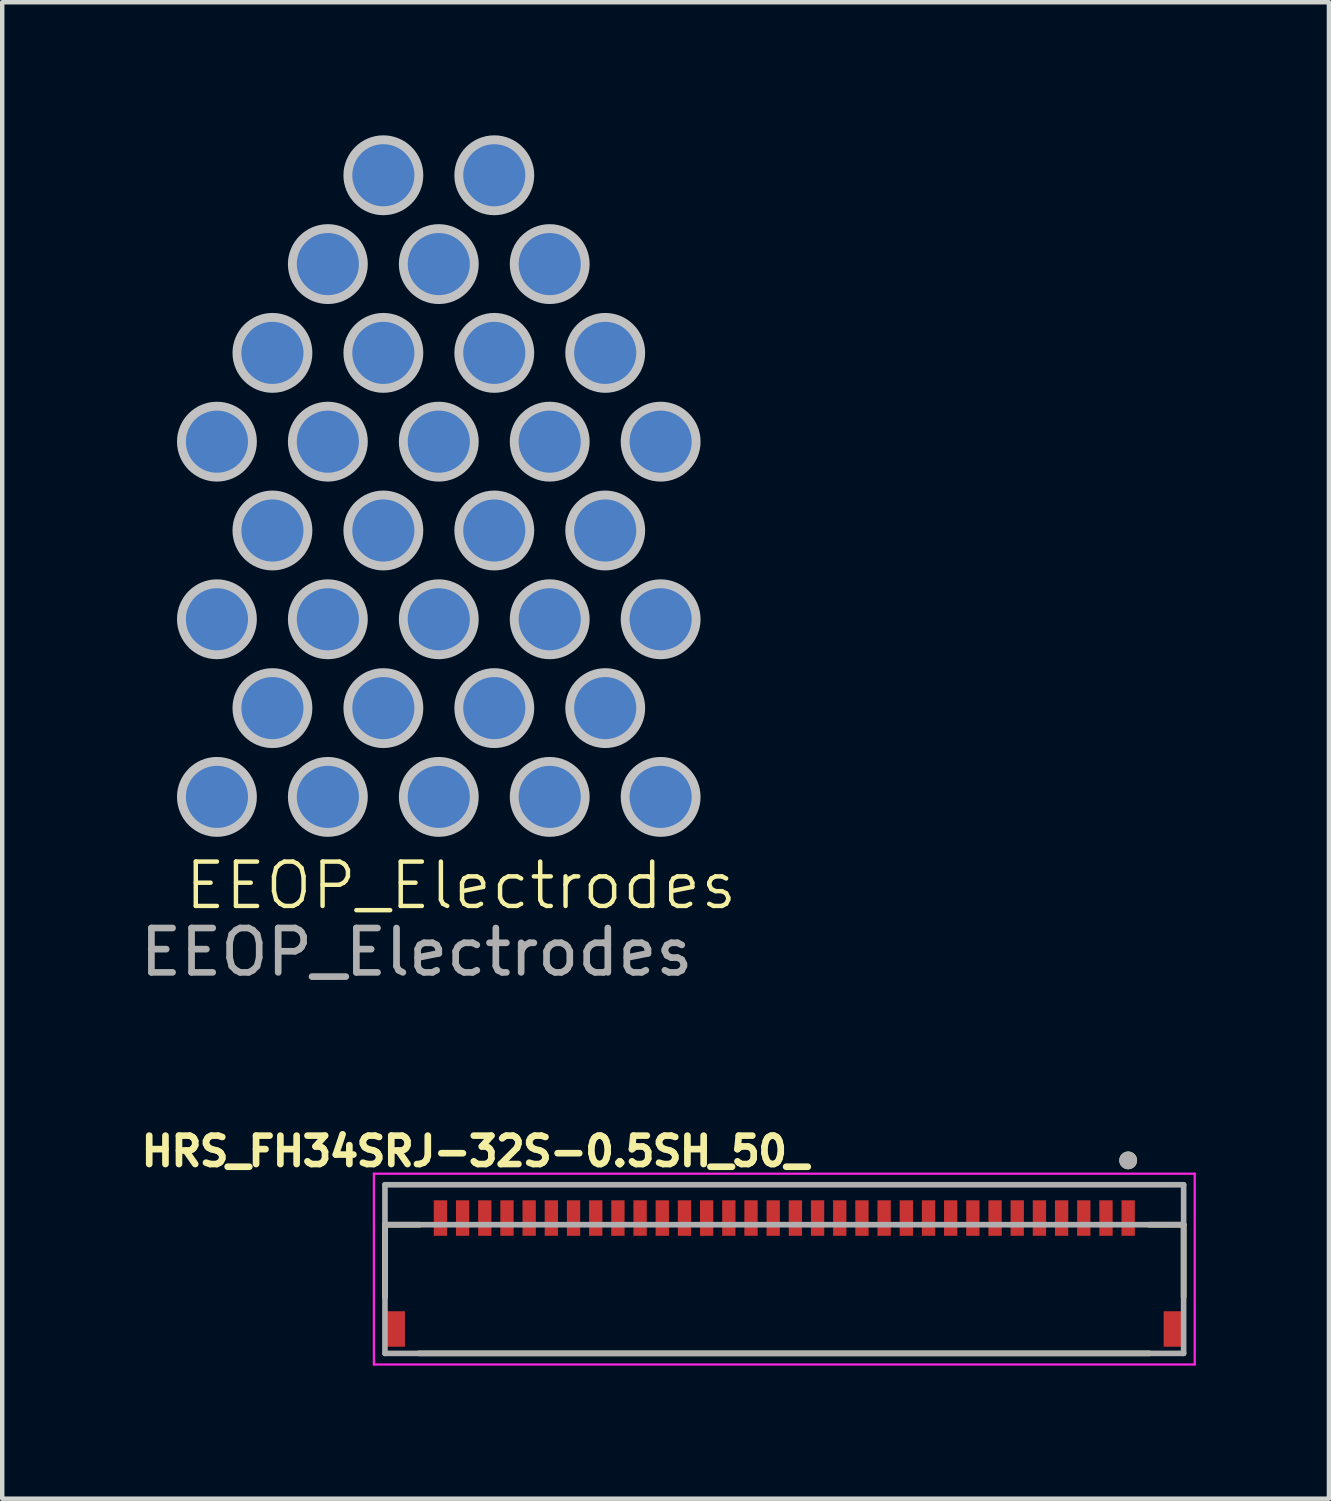
<source format=kicad_pcb>
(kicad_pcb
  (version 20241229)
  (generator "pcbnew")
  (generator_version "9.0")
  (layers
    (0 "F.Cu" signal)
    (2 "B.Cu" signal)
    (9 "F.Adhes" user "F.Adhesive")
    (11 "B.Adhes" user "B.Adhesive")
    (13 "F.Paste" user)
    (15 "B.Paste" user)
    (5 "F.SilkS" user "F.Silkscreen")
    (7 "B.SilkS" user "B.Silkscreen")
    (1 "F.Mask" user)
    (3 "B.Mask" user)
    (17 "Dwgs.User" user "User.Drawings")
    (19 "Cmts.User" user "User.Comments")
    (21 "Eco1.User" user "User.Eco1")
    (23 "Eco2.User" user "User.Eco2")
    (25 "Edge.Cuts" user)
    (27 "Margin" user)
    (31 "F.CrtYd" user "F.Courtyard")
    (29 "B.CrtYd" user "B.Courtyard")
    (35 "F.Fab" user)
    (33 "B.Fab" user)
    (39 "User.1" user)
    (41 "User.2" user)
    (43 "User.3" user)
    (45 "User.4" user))
  (footprint "HRS_FH34SRJ-32S-0.5SH_50_"
    (layer "F.Cu")
    (at 14.626 25.652)
    (property "Reference" "HRS_FH34SRJ-32S-0.5SH_50_" (at -6.968 -2.756 0) (layer "F.SilkS") (effects (font (size 0.64 0.64) (thickness 0.15))))
    (attr smd)
    (fp_line (start -9 -1.1) (end -9 0.53) (stroke (width 0.127) (type solid)) (layer "F.SilkS"))
    (fp_line (start -8.23 1.8) (end 8.23 1.8) (stroke (width 0.127) (type solid)) (layer "F.SilkS"))
    (fp_line (start -8.22 -1.1) (end -9 -1.1) (stroke (width 0.127) (type solid)) (layer "F.SilkS"))
    (fp_line (start 8.22 -1.1) (end 9 -1.1) (stroke (width 0.127) (type solid)) (layer "F.SilkS"))
    (fp_line (start 9 -1.1) (end 9 0.53) (stroke (width 0.127) (type solid)) (layer "F.SilkS"))
    (fp_circle (center 7.75 -2.55) (end 7.85 -2.55) (stroke (width 0.2) (type solid)) (fill no) (layer "F.SilkS"))
    (fp_poly (pts (xy -7.875 -1.65) (xy -7.625 -1.65) (xy -7.625 -1) (xy -7.875 -1)) (stroke (width 0.01) (type solid)) (fill yes) (layer "F.Paste"))
    (fp_poly (pts (xy -7.375 -1.65) (xy -7.125 -1.65) (xy -7.125 -1) (xy -7.375 -1)) (stroke (width 0.01) (type solid)) (fill yes) (layer "F.Paste"))
    (fp_poly (pts (xy -6.875 -1.65) (xy -6.625 -1.65) (xy -6.625 -1) (xy -6.875 -1)) (stroke (width 0.01) (type solid)) (fill yes) (layer "F.Paste"))
    (fp_poly (pts (xy -6.375 -1.65) (xy -6.125 -1.65) (xy -6.125 -1) (xy -6.375 -1)) (stroke (width 0.01) (type solid)) (fill yes) (layer "F.Paste"))
    (fp_poly (pts (xy -5.875 -1.65) (xy -5.625 -1.65) (xy -5.625 -1) (xy -5.875 -1)) (stroke (width 0.01) (type solid)) (fill yes) (layer "F.Paste"))
    (fp_poly (pts (xy -5.375 -1.65) (xy -5.125 -1.65) (xy -5.125 -1) (xy -5.375 -1)) (stroke (width 0.01) (type solid)) (fill yes) (layer "F.Paste"))
    (fp_poly (pts (xy -4.875 -1.65) (xy -4.625 -1.65) (xy -4.625 -1) (xy -4.875 -1)) (stroke (width 0.01) (type solid)) (fill yes) (layer "F.Paste"))
    (fp_poly (pts (xy -4.375 -1.65) (xy -4.125 -1.65) (xy -4.125 -1) (xy -4.375 -1)) (stroke (width 0.01) (type solid)) (fill yes) (layer "F.Paste"))
    (fp_poly (pts (xy -3.875 -1.65) (xy -3.625 -1.65) (xy -3.625 -1) (xy -3.875 -1)) (stroke (width 0.01) (type solid)) (fill yes) (layer "F.Paste"))
    (fp_poly (pts (xy -3.375 -1.65) (xy -3.125 -1.65) (xy -3.125 -1) (xy -3.375 -1)) (stroke (width 0.01) (type solid)) (fill yes) (layer "F.Paste"))
    (fp_poly (pts (xy -2.875 -1.65) (xy -2.625 -1.65) (xy -2.625 -1) (xy -2.875 -1)) (stroke (width 0.01) (type solid)) (fill yes) (layer "F.Paste"))
    (fp_poly (pts (xy -2.375 -1.65) (xy -2.125 -1.65) (xy -2.125 -1) (xy -2.375 -1)) (stroke (width 0.01) (type solid)) (fill yes) (layer "F.Paste"))
    (fp_poly (pts (xy -1.875 -1.65) (xy -1.625 -1.65) (xy -1.625 -1) (xy -1.875 -1)) (stroke (width 0.01) (type solid)) (fill yes) (layer "F.Paste"))
    (fp_poly (pts (xy -1.375 -1.65) (xy -1.125 -1.65) (xy -1.125 -1) (xy -1.375 -1)) (stroke (width 0.01) (type solid)) (fill yes) (layer "F.Paste"))
    (fp_poly (pts (xy -0.875 -1.65) (xy -0.625 -1.65) (xy -0.625 -1) (xy -0.875 -1)) (stroke (width 0.01) (type solid)) (fill yes) (layer "F.Paste"))
    (fp_poly (pts (xy -0.375 -1.65) (xy -0.125 -1.65) (xy -0.125 -1) (xy -0.375 -1)) (stroke (width 0.01) (type solid)) (fill yes) (layer "F.Paste"))
    (fp_poly (pts (xy 0.125 -1.65) (xy 0.375 -1.65) (xy 0.375 -1) (xy 0.125 -1)) (stroke (width 0.01) (type solid)) (fill yes) (layer "F.Paste"))
    (fp_poly (pts (xy 0.625 -1.65) (xy 0.875 -1.65) (xy 0.875 -1) (xy 0.625 -1)) (stroke (width 0.01) (type solid)) (fill yes) (layer "F.Paste"))
    (fp_poly (pts (xy 1.125 -1.65) (xy 1.375 -1.65) (xy 1.375 -1) (xy 1.125 -1)) (stroke (width 0.01) (type solid)) (fill yes) (layer "F.Paste"))
    (fp_poly (pts (xy 1.625 -1.65) (xy 1.875 -1.65) (xy 1.875 -1) (xy 1.625 -1)) (stroke (width 0.01) (type solid)) (fill yes) (layer "F.Paste"))
    (fp_poly (pts (xy 2.125 -1.65) (xy 2.375 -1.65) (xy 2.375 -1) (xy 2.125 -1)) (stroke (width 0.01) (type solid)) (fill yes) (layer "F.Paste"))
    (fp_poly (pts (xy 2.625 -1.65) (xy 2.875 -1.65) (xy 2.875 -1) (xy 2.625 -1)) (stroke (width 0.01) (type solid)) (fill yes) (layer "F.Paste"))
    (fp_poly (pts (xy 3.125 -1.65) (xy 3.375 -1.65) (xy 3.375 -1) (xy 3.125 -1)) (stroke (width 0.01) (type solid)) (fill yes) (layer "F.Paste"))
    (fp_poly (pts (xy 3.625 -1.65) (xy 3.875 -1.65) (xy 3.875 -1) (xy 3.625 -1)) (stroke (width 0.01) (type solid)) (fill yes) (layer "F.Paste"))
    (fp_poly (pts (xy 4.125 -1.65) (xy 4.375 -1.65) (xy 4.375 -1) (xy 4.125 -1)) (stroke (width 0.01) (type solid)) (fill yes) (layer "F.Paste"))
    (fp_poly (pts (xy 4.625 -1.65) (xy 4.875 -1.65) (xy 4.875 -1) (xy 4.625 -1)) (stroke (width 0.01) (type solid)) (fill yes) (layer "F.Paste"))
    (fp_poly (pts (xy 5.125 -1.65) (xy 5.375 -1.65) (xy 5.375 -1) (xy 5.125 -1)) (stroke (width 0.01) (type solid)) (fill yes) (layer "F.Paste"))
    (fp_poly (pts (xy 5.625 -1.65) (xy 5.875 -1.65) (xy 5.875 -1) (xy 5.625 -1)) (stroke (width 0.01) (type solid)) (fill yes) (layer "F.Paste"))
    (fp_poly (pts (xy 6.125 -1.65) (xy 6.375 -1.65) (xy 6.375 -1) (xy 6.125 -1)) (stroke (width 0.01) (type solid)) (fill yes) (layer "F.Paste"))
    (fp_poly (pts (xy 6.625 -1.65) (xy 6.875 -1.65) (xy 6.875 -1) (xy 6.625 -1)) (stroke (width 0.01) (type solid)) (fill yes) (layer "F.Paste"))
    (fp_poly (pts (xy 7.125 -1.65) (xy 7.375 -1.65) (xy 7.375 -1) (xy 7.125 -1)) (stroke (width 0.01) (type solid)) (fill yes) (layer "F.Paste"))
    (fp_poly (pts (xy 7.625 -1.65) (xy 7.875 -1.65) (xy 7.875 -1) (xy 7.625 -1)) (stroke (width 0.01) (type solid)) (fill yes) (layer "F.Paste"))
    (fp_line (start -9.25 -2.25) (end -9.25 2.05) (stroke (width 0.05) (type solid)) (layer "F.CrtYd"))
    (fp_line (start -9.25 2.05) (end 9.25 2.05) (stroke (width 0.05) (type solid)) (layer "F.CrtYd"))
    (fp_line (start 9.25 -2.25) (end -9.25 -2.25) (stroke (width 0.05) (type solid)) (layer "F.CrtYd"))
    (fp_line (start 9.25 2.05) (end 9.25 -2.25) (stroke (width 0.05) (type solid)) (layer "F.CrtYd"))
    (fp_line (start -9 -2) (end 9 -2) (stroke (width 0.127) (type solid)) (layer "F.Fab"))
    (fp_line (start -9 -1.1) (end -9 -2) (stroke (width 0.127) (type solid)) (layer "F.Fab"))
    (fp_line (start -9 -1.1) (end 9 -1.1) (stroke (width 0.127) (type solid)) (layer "F.Fab"))
    (fp_line (start -9 1.8) (end -9 -1.1) (stroke (width 0.127) (type solid)) (layer "F.Fab"))
    (fp_line (start 9 -2) (end 9 -1.1) (stroke (width 0.127) (type solid)) (layer "F.Fab"))
    (fp_line (start 9 -1.1) (end 9 1.8) (stroke (width 0.127) (type solid)) (layer "F.Fab"))
    (fp_line (start 9 1.8) (end -9 1.8) (stroke (width 0.127) (type solid)) (layer "F.Fab"))
    (fp_circle (center 7.75 -2.55) (end 7.85 -2.55) (stroke (width 0.2) (type solid)) (fill no) (layer "F.Fab"))
    (pad "1" smd rect (at 7.75 -1.25) (size 0.3 0.8) (layers "F.Cu" "F.Mask"))
    (pad "2" smd rect (at 7.25 -1.25) (size 0.3 0.8) (layers "F.Cu" "F.Mask"))
    (pad "3" smd rect (at 6.75 -1.25) (size 0.3 0.8) (layers "F.Cu" "F.Mask"))
    (pad "4" smd rect (at 6.25 -1.25) (size 0.3 0.8) (layers "F.Cu" "F.Mask"))
    (pad "5" smd rect (at 5.75 -1.25) (size 0.3 0.8) (layers "F.Cu" "F.Mask"))
    (pad "6" smd rect (at 5.25 -1.25) (size 0.3 0.8) (layers "F.Cu" "F.Mask"))
    (pad "7" smd rect (at 4.75 -1.25) (size 0.3 0.8) (layers "F.Cu" "F.Mask"))
    (pad "8" smd rect (at 4.25 -1.25) (size 0.3 0.8) (layers "F.Cu" "F.Mask"))
    (pad "9" smd rect (at 3.75 -1.25) (size 0.3 0.8) (layers "F.Cu" "F.Mask"))
    (pad "10" smd rect (at 3.25 -1.25) (size 0.3 0.8) (layers "F.Cu" "F.Mask"))
    (pad "11" smd rect (at 2.75 -1.25) (size 0.3 0.8) (layers "F.Cu" "F.Mask"))
    (pad "12" smd rect (at 2.25 -1.25) (size 0.3 0.8) (layers "F.Cu" "F.Mask"))
    (pad "13" smd rect (at 1.75 -1.25) (size 0.3 0.8) (layers "F.Cu" "F.Mask"))
    (pad "14" smd rect (at 1.25 -1.25) (size 0.3 0.8) (layers "F.Cu" "F.Mask"))
    (pad "15" smd rect (at 0.75 -1.25) (size 0.3 0.8) (layers "F.Cu" "F.Mask"))
    (pad "16" smd rect (at 0.25 -1.25) (size 0.3 0.8) (layers "F.Cu" "F.Mask"))
    (pad "17" smd rect (at -0.25 -1.25) (size 0.3 0.8) (layers "F.Cu" "F.Mask"))
    (pad "18" smd rect (at -0.75 -1.25) (size 0.3 0.8) (layers "F.Cu" "F.Mask"))
    (pad "19" smd rect (at -1.25 -1.25) (size 0.3 0.8) (layers "F.Cu" "F.Mask"))
    (pad "20" smd rect (at -1.75 -1.25) (size 0.3 0.8) (layers "F.Cu" "F.Mask"))
    (pad "21" smd rect (at -2.25 -1.25) (size 0.3 0.8) (layers "F.Cu" "F.Mask"))
    (pad "22" smd rect (at -2.75 -1.25) (size 0.3 0.8) (layers "F.Cu" "F.Mask"))
    (pad "23" smd rect (at -3.25 -1.25) (size 0.3 0.8) (layers "F.Cu" "F.Mask"))
    (pad "24" smd rect (at -3.75 -1.25) (size 0.3 0.8) (layers "F.Cu" "F.Mask"))
    (pad "25" smd rect (at -4.25 -1.25) (size 0.3 0.8) (layers "F.Cu" "F.Mask"))
    (pad "26" smd rect (at -4.75 -1.25) (size 0.3 0.8) (layers "F.Cu" "F.Mask"))
    (pad "27" smd rect (at -5.25 -1.25) (size 0.3 0.8) (layers "F.Cu" "F.Mask"))
    (pad "28" smd rect (at -5.75 -1.25) (size 0.3 0.8) (layers "F.Cu" "F.Mask"))
    (pad "29" smd rect (at -6.25 -1.25) (size 0.3 0.8) (layers "F.Cu" "F.Mask"))
    (pad "30" smd rect (at -6.75 -1.25) (size 0.3 0.8) (layers "F.Cu" "F.Mask"))
    (pad "31" smd rect (at -7.25 -1.25) (size 0.3 0.8) (layers "F.Cu" "F.Mask"))
    (pad "32" smd rect (at -7.75 -1.25) (size 0.3 0.8) (layers "F.Cu" "F.Mask"))
    (pad "S1" smd rect (at 8.75 1.25) (size 0.4 0.8) (layers "F.Cu" "F.Mask" "F.Paste"))
    (pad "S2" smd rect (at -8.75 1.25) (size 0.4 0.8) (layers "F.Cu" "F.Mask" "F.Paste")))
  (footprint "EEOP_Electrodes"
    (layer "F.Cu")
    (at 1.839 14.91)
    (property "Reference" "EEOP_Electrodes" (at 5.5 2 0) (unlocked yes) (layer "F.SilkS") (effects (font (size 1 1) (thickness 0.1))))
    (attr smd)
    (fp_circle (center 0 -8.006) (end 0.8 -8.006) (stroke (width 0.2) (type default)) (fill no) (layer "Dwgs.User"))
    (fp_circle (center 0 -4.003) (end 0.8 -4.003) (stroke (width 0.2) (type default)) (fill no) (layer "Dwgs.User"))
    (fp_circle (center 0 0) (end 0.8 0) (stroke (width 0.2) (type default)) (fill no) (layer "Dwgs.User"))
    (fp_circle (center 1.251 -10.007) (end 2.051 -10.007) (stroke (width 0.2) (type default)) (fill no) (layer "Dwgs.User"))
    (fp_circle (center 1.251 -6.004) (end 2.051 -6.004) (stroke (width 0.2) (type default)) (fill no) (layer "Dwgs.User"))
    (fp_circle (center 1.251 -2.001) (end 2.051 -2.001) (stroke (width 0.2) (type default)) (fill no) (layer "Dwgs.User"))
    (fp_circle (center 2.5 -12.008) (end 3.3 -12.008) (stroke (width 0.2) (type default)) (fill no) (layer "Dwgs.User"))
    (fp_circle (center 2.5 -8.006) (end 3.3 -8.006) (stroke (width 0.2) (type default)) (fill no) (layer "Dwgs.User"))
    (fp_circle (center 2.5 -4.003) (end 3.3 -4.003) (stroke (width 0.2) (type default)) (fill no) (layer "Dwgs.User"))
    (fp_circle (center 2.5 0) (end 3.3 0) (stroke (width 0.2) (type default)) (fill no) (layer "Dwgs.User"))
    (fp_circle (center 3.751 -14.01) (end 4.551 -14.01) (stroke (width 0.2) (type default)) (fill no) (layer "Dwgs.User"))
    (fp_circle (center 3.751 -10.007) (end 4.551 -10.007) (stroke (width 0.2) (type default)) (fill no) (layer "Dwgs.User"))
    (fp_circle (center 3.751 -6.004) (end 4.551 -6.004) (stroke (width 0.2) (type default)) (fill no) (layer "Dwgs.User"))
    (fp_circle (center 3.751 -2.001) (end 4.551 -2.001) (stroke (width 0.2) (type default)) (fill no) (layer "Dwgs.User"))
    (fp_circle (center 5 -12.008) (end 5.8 -12.008) (stroke (width 0.2) (type default)) (fill no) (layer "Dwgs.User"))
    (fp_circle (center 5 -8.006) (end 5.8 -8.006) (stroke (width 0.2) (type default)) (fill no) (layer "Dwgs.User"))
    (fp_circle (center 5 -4.003) (end 5.8 -4.003) (stroke (width 0.2) (type default)) (fill no) (layer "Dwgs.User"))
    (fp_circle (center 5 0) (end 5.8 0) (stroke (width 0.2) (type default)) (fill no) (layer "Dwgs.User"))
    (fp_circle (center 6.251 -14.01) (end 7.051 -14.01) (stroke (width 0.2) (type default)) (fill no) (layer "Dwgs.User"))
    (fp_circle (center 6.251 -10.007) (end 7.051 -10.007) (stroke (width 0.2) (type default)) (fill no) (layer "Dwgs.User"))
    (fp_circle (center 6.251 -6.004) (end 7.051 -6.004) (stroke (width 0.2) (type default)) (fill no) (layer "Dwgs.User"))
    (fp_circle (center 6.251 -2.001) (end 7.051 -2.001) (stroke (width 0.2) (type default)) (fill no) (layer "Dwgs.User"))
    (fp_circle (center 7.5 -12.008) (end 8.3 -12.008) (stroke (width 0.2) (type default)) (fill no) (layer "Dwgs.User"))
    (fp_circle (center 7.5 -8.006) (end 8.3 -8.006) (stroke (width 0.2) (type default)) (fill no) (layer "Dwgs.User"))
    (fp_circle (center 7.5 -4.003) (end 8.3 -4.003) (stroke (width 0.2) (type default)) (fill no) (layer "Dwgs.User"))
    (fp_circle (center 7.5 0) (end 8.3 0) (stroke (width 0.2) (type default)) (fill no) (layer "Dwgs.User"))
    (fp_circle (center 8.751 -10.007) (end 9.551 -10.007) (stroke (width 0.2) (type default)) (fill no) (layer "Dwgs.User"))
    (fp_circle (center 8.751 -6.004) (end 9.551 -6.004) (stroke (width 0.2) (type default)) (fill no) (layer "Dwgs.User"))
    (fp_circle (center 8.751 -2.001) (end 9.551 -2.001) (stroke (width 0.2) (type default)) (fill no) (layer "Dwgs.User"))
    (fp_circle (center 10 -8.006) (end 10.8 -8.006) (stroke (width 0.2) (type default)) (fill no) (layer "Dwgs.User"))
    (fp_circle (center 10 -4.003) (end 10.8 -4.003) (stroke (width 0.2) (type default)) (fill no) (layer "Dwgs.User"))
    (fp_circle (center 10 0) (end 10.8 0) (stroke (width 0.2) (type default)) (fill no) (layer "Dwgs.User"))
    (fp_text user "${REFERENCE}" (at 4.5 3.5 0) (unlocked yes) (layer "F.Fab") (effects (font (size 1 1) (thickness 0.15))))
    (pad "1" smd circle (at 5 0) (size 1.6 1.6) (layers "B.Cu" "B.Mask" "B.Paste"))
    (pad "2" smd circle (at 2.5 0) (size 1.6 1.6) (layers "B.Cu" "B.Mask" "B.Paste"))
    (pad "3" smd circle (at 0 0) (size 1.6 1.6) (layers "B.Cu" "B.Mask" "B.Paste"))
    (pad "4" smd circle (at 3.751 -2.001) (size 1.6 1.6) (layers "B.Cu" "B.Mask" "B.Paste"))
    (pad "5" smd circle (at 1.251 -2.001) (size 1.6 1.6) (layers "B.Cu" "B.Mask" "B.Paste"))
    (pad "6" smd circle (at 5 -4.003) (size 1.6 1.6) (layers "B.Cu" "B.Mask" "B.Paste"))
    (pad "7" smd circle (at 3.751 -6.004) (size 1.6 1.6) (layers "B.Cu" "B.Mask" "B.Paste"))
    (pad "8" smd circle (at 1.251 -6.004) (size 1.6 1.6) (layers "B.Cu" "B.Mask" "B.Paste"))
    (pad "9" smd circle (at 2.5 -4.003) (size 1.6 1.6) (layers "B.Cu" "B.Mask" "B.Paste"))
    (pad "10" smd circle (at 0 -4.003) (size 1.6 1.6) (layers "B.Cu" "B.Mask" "B.Paste"))
    (pad "11" smd circle (at 5 -8.006) (size 1.6 1.6) (layers "B.Cu" "B.Mask" "B.Paste"))
    (pad "12" smd circle (at 0 -8.006) (size 1.6 1.6) (layers "B.Cu" "B.Mask" "B.Paste"))
    (pad "13" smd circle (at 2.5 -8.006) (size 1.6 1.6) (layers "B.Cu" "B.Mask" "B.Paste"))
    (pad "14" smd circle (at 3.751 -10.007) (size 1.6 1.6) (layers "B.Cu" "B.Mask" "B.Paste"))
    (pad "15" smd circle (at 1.251 -10.007) (size 1.6 1.6) (layers "B.Cu" "B.Mask" "B.Paste"))
    (pad "16" smd circle (at 5 -12.008) (size 1.6 1.6) (layers "B.Cu" "B.Mask" "B.Paste"))
    (pad "17" smd circle (at 2.5 -12) (size 1.6 1.6) (layers "B.Cu" "B.Mask" "B.Paste"))
    (pad "18" smd circle (at 3.751 -14.01) (size 1.6 1.6) (layers "B.Cu" "B.Mask" "B.Paste"))
    (pad "19" smd circle (at 6.251 -14.01) (size 1.6 1.6) (layers "B.Cu" "B.Mask" "B.Paste"))
    (pad "20" smd circle (at 7.5 -12.008) (size 1.6 1.6) (layers "B.Cu" "B.Mask" "B.Paste"))
    (pad "21" smd circle (at 8.751 -10.007) (size 1.6 1.6) (layers "B.Cu" "B.Mask" "B.Paste"))
    (pad "22" smd circle (at 6.251 -10.007) (size 1.6 1.6) (layers "B.Cu" "B.Mask" "B.Paste"))
    (pad "23" smd circle (at 10 -8.006) (size 1.6 1.6) (layers "B.Cu" "B.Mask" "B.Paste"))
    (pad "24" smd circle (at 7.5 -8.006) (size 1.6 1.6) (layers "B.Cu" "B.Mask" "B.Paste"))
    (pad "25" smd circle (at 8.751 -6.004) (size 1.6 1.6) (layers "B.Cu" "B.Mask" "B.Paste"))
    (pad "26" smd circle (at 6.251 -6.004) (size 1.6 1.6) (layers "B.Cu" "B.Mask" "B.Paste"))
    (pad "27" smd circle (at 10 -4.003) (size 1.6 1.6) (layers "B.Cu" "B.Mask" "B.Paste"))
    (pad "28" smd circle (at 7.5 -4.003) (size 1.6 1.6) (layers "B.Cu" "B.Mask" "B.Paste"))
    (pad "29" smd circle (at 8.751 -2.001) (size 1.6 1.6) (layers "B.Cu" "B.Mask" "B.Paste"))
    (pad "30" smd circle (at 6.251 -2.001) (size 1.6 1.6) (layers "B.Cu" "B.Mask" "B.Paste"))
    (pad "31" smd circle (at 10 0) (size 1.6 1.6) (layers "B.Cu" "B.Mask" "B.Paste"))
    (pad "32" smd circle (at 7.5 0) (size 1.6 1.6) (layers "B.Cu" "B.Mask" "B.Paste")))
  (gr_rect
    (start -3 -3)
    (end 26.901 30.727)
    (stroke (width 0.1) (type default))
    (fill no)
    (layer "Edge.Cuts")))
</source>
